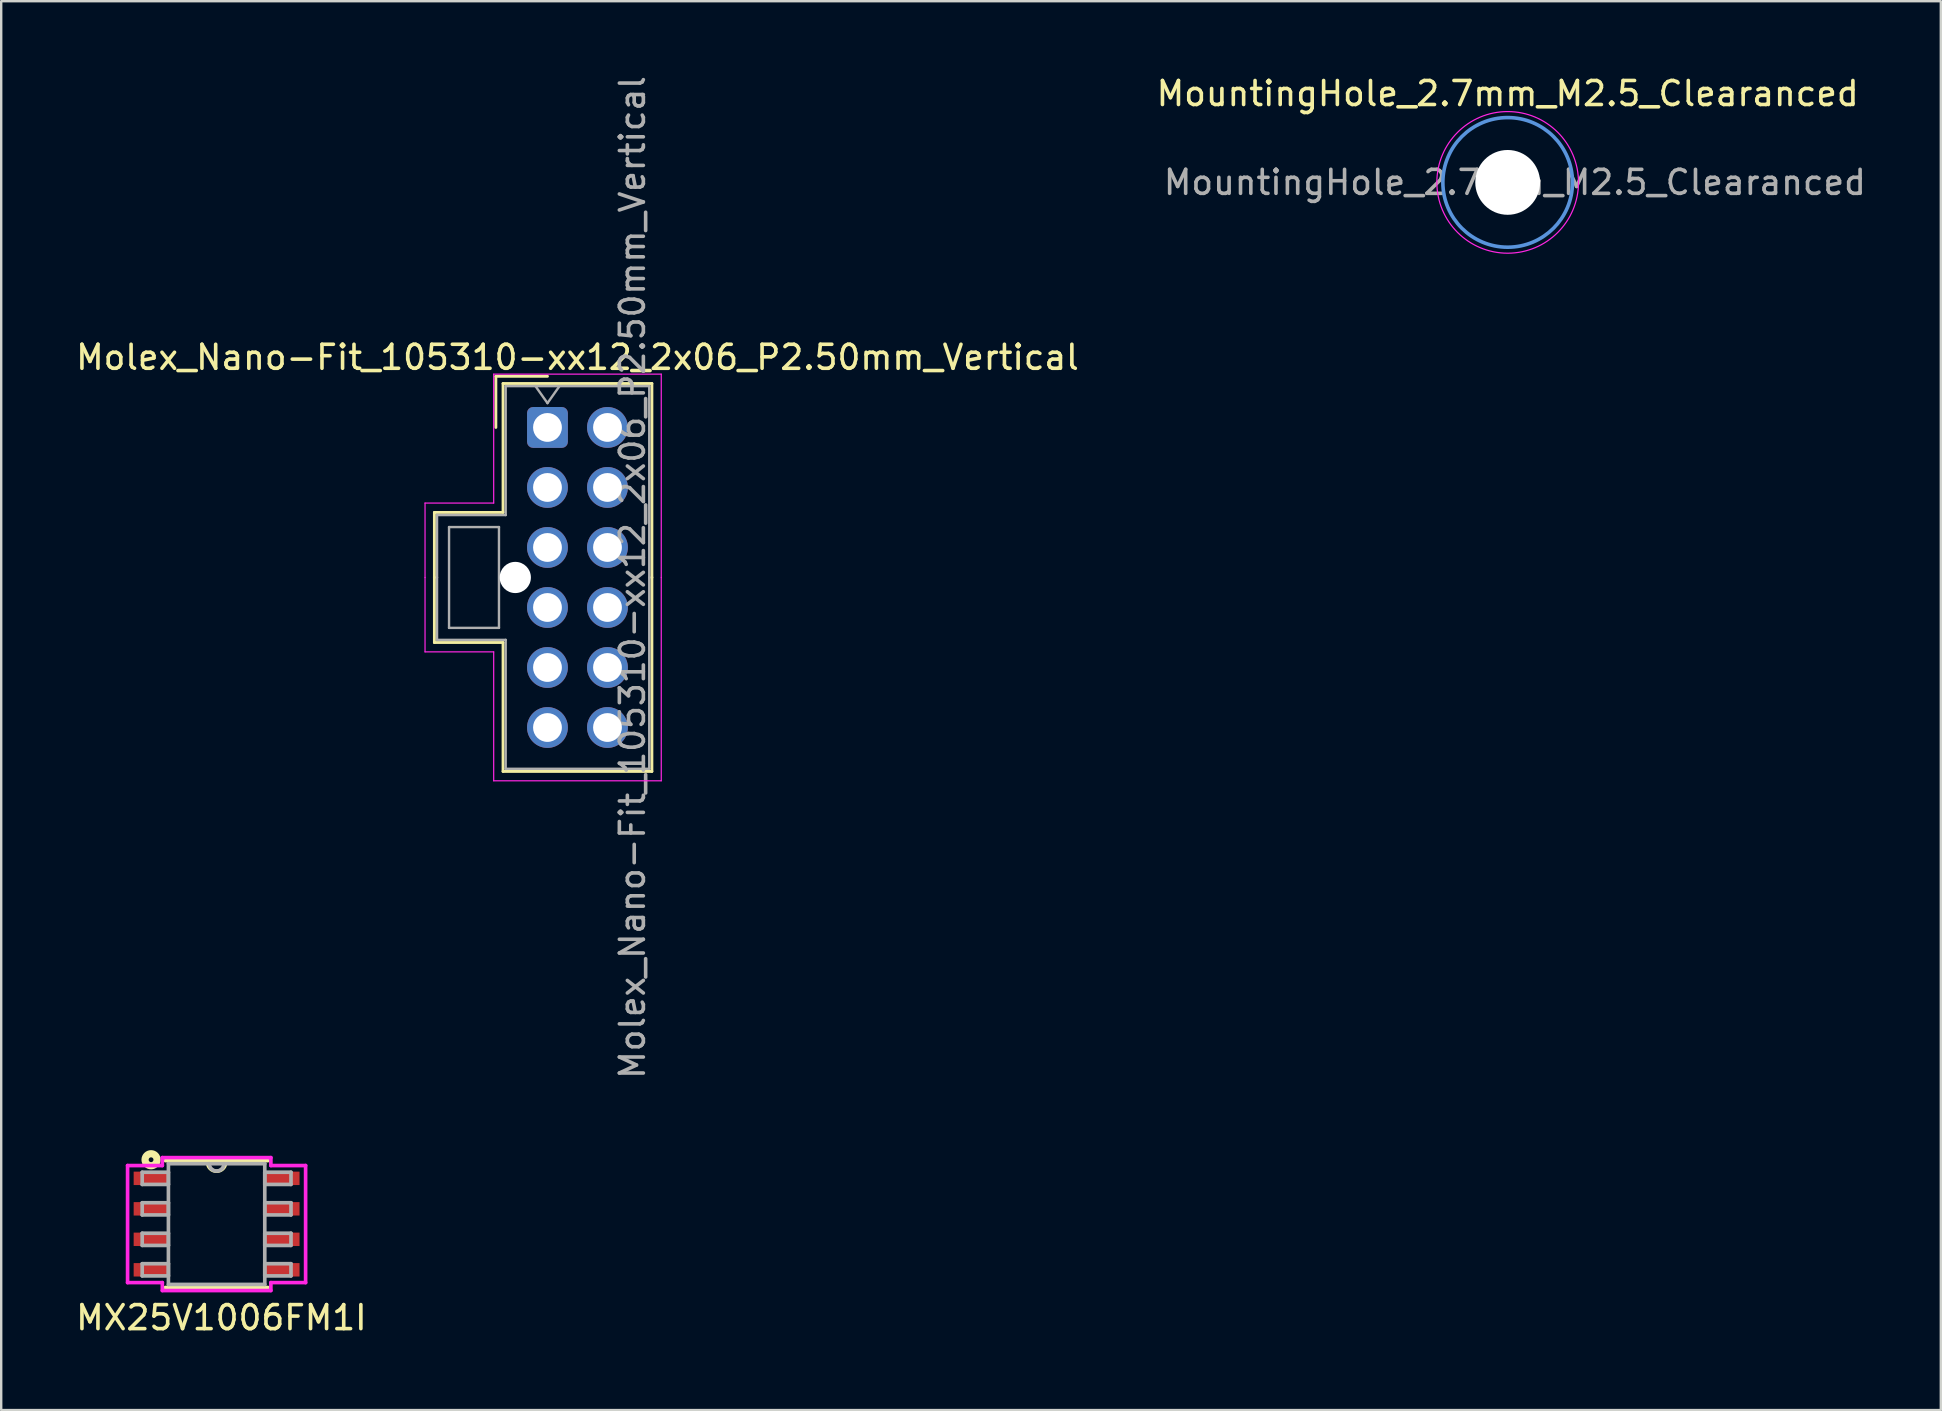
<source format=kicad_pcb>
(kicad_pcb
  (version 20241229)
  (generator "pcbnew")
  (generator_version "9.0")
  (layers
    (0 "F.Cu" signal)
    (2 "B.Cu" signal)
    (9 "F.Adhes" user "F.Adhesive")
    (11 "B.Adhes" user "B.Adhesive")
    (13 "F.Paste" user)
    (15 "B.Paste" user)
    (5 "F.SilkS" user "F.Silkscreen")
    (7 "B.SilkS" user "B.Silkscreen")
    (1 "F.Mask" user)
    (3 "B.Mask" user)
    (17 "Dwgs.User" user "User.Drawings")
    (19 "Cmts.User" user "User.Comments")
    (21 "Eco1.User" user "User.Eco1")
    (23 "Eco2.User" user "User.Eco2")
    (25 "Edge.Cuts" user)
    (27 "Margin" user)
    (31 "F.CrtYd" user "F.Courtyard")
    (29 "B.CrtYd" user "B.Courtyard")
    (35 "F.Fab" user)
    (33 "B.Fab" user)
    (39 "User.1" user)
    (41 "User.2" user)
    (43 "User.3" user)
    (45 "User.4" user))
  (footprint "MX25V1006FM1I"
    (layer "F.Cu")
    (at 5.973 47.942)
    (property "Reference" "MX25V1006FM1I" (at 0.2 3.9 0) (layer "F.SilkS") (effects (font (size 1 1) (thickness 0.15))))
    (attr through_hole)
    (fp_line (start -2.134 2.642) (end 2.134 2.642) (stroke (width 0.152) (type solid)) (layer "F.SilkS"))
    (fp_line (start 2.134 -2.642) (end -2.134 -2.642) (stroke (width 0.152) (type solid)) (layer "F.SilkS"))
    (fp_arc (start 0.380131 -2.580001) (mid -0.004999 -2.199902) (end -0.379999 -2.589999) (stroke (width 0.15) (type solid)) (layer "F.SilkS"))
    (fp_circle (center -2.73 -2.68) (end -2.63 -2.68) (stroke (width 0.3) (type solid)) (fill no) (layer "F.SilkS"))
    (fp_line (start -3.708 -2.438) (end -2.261 -2.438) (stroke (width 0.152) (type solid)) (layer "F.CrtYd"))
    (fp_line (start -3.708 2.438) (end -3.708 -2.438) (stroke (width 0.152) (type solid)) (layer "F.CrtYd"))
    (fp_line (start -2.261 -2.769) (end 2.261 -2.769) (stroke (width 0.152) (type solid)) (layer "F.CrtYd"))
    (fp_line (start -2.261 -2.438) (end -2.261 -2.769) (stroke (width 0.152) (type solid)) (layer "F.CrtYd"))
    (fp_line (start -2.261 2.438) (end -3.708 2.438) (stroke (width 0.152) (type solid)) (layer "F.CrtYd"))
    (fp_line (start -2.261 2.769) (end -2.261 2.438) (stroke (width 0.152) (type solid)) (layer "F.CrtYd"))
    (fp_line (start 2.261 -2.769) (end 2.261 -2.438) (stroke (width 0.152) (type solid)) (layer "F.CrtYd"))
    (fp_line (start 2.261 -2.438) (end 3.708 -2.438) (stroke (width 0.152) (type solid)) (layer "F.CrtYd"))
    (fp_line (start 2.261 2.438) (end 2.261 2.769) (stroke (width 0.152) (type solid)) (layer "F.CrtYd"))
    (fp_line (start 2.261 2.769) (end -2.261 2.769) (stroke (width 0.152) (type solid)) (layer "F.CrtYd"))
    (fp_line (start 3.708 -2.438) (end 3.708 2.438) (stroke (width 0.152) (type solid)) (layer "F.CrtYd"))
    (fp_line (start 3.708 2.438) (end 2.261 2.438) (stroke (width 0.152) (type solid)) (layer "F.CrtYd"))
    (fp_line (start -3.099 -2.159) (end -3.099 -1.651) (stroke (width 0.152) (type solid)) (layer "F.Fab"))
    (fp_line (start -3.099 -1.651) (end -2.007 -1.651) (stroke (width 0.152) (type solid)) (layer "F.Fab"))
    (fp_line (start -3.099 -0.889) (end -3.099 -0.381) (stroke (width 0.152) (type solid)) (layer "F.Fab"))
    (fp_line (start -3.099 -0.381) (end -2.007 -0.381) (stroke (width 0.152) (type solid)) (layer "F.Fab"))
    (fp_line (start -3.099 0.381) (end -3.099 0.889) (stroke (width 0.152) (type solid)) (layer "F.Fab"))
    (fp_line (start -3.099 0.889) (end -2.007 0.889) (stroke (width 0.152) (type solid)) (layer "F.Fab"))
    (fp_line (start -3.099 1.651) (end -3.099 2.159) (stroke (width 0.152) (type solid)) (layer "F.Fab"))
    (fp_line (start -3.099 2.159) (end -2.007 2.159) (stroke (width 0.152) (type solid)) (layer "F.Fab"))
    (fp_line (start -2.007 -2.515) (end -2.007 2.515) (stroke (width 0.152) (type solid)) (layer "F.Fab"))
    (fp_line (start -2.007 -2.159) (end -3.099 -2.159) (stroke (width 0.152) (type solid)) (layer "F.Fab"))
    (fp_line (start -2.007 -1.651) (end -2.007 -2.159) (stroke (width 0.152) (type solid)) (layer "F.Fab"))
    (fp_line (start -2.007 -0.889) (end -3.099 -0.889) (stroke (width 0.152) (type solid)) (layer "F.Fab"))
    (fp_line (start -2.007 -0.381) (end -2.007 -0.889) (stroke (width 0.152) (type solid)) (layer "F.Fab"))
    (fp_line (start -2.007 0.381) (end -3.099 0.381) (stroke (width 0.152) (type solid)) (layer "F.Fab"))
    (fp_line (start -2.007 0.889) (end -2.007 0.381) (stroke (width 0.152) (type solid)) (layer "F.Fab"))
    (fp_line (start -2.007 1.651) (end -3.099 1.651) (stroke (width 0.152) (type solid)) (layer "F.Fab"))
    (fp_line (start -2.007 2.159) (end -2.007 1.651) (stroke (width 0.152) (type solid)) (layer "F.Fab"))
    (fp_line (start -2.007 2.515) (end 2.007 2.515) (stroke (width 0.152) (type solid)) (layer "F.Fab"))
    (fp_line (start 2.007 -2.515) (end -2.007 -2.515) (stroke (width 0.152) (type solid)) (layer "F.Fab"))
    (fp_line (start 2.007 -2.159) (end 2.007 -1.651) (stroke (width 0.152) (type solid)) (layer "F.Fab"))
    (fp_line (start 2.007 -1.651) (end 3.099 -1.651) (stroke (width 0.152) (type solid)) (layer "F.Fab"))
    (fp_line (start 2.007 -0.889) (end 2.007 -0.381) (stroke (width 0.152) (type solid)) (layer "F.Fab"))
    (fp_line (start 2.007 -0.381) (end 3.099 -0.381) (stroke (width 0.152) (type solid)) (layer "F.Fab"))
    (fp_line (start 2.007 0.381) (end 2.007 0.889) (stroke (width 0.152) (type solid)) (layer "F.Fab"))
    (fp_line (start 2.007 0.889) (end 3.099 0.889) (stroke (width 0.152) (type solid)) (layer "F.Fab"))
    (fp_line (start 2.007 1.651) (end 2.007 2.159) (stroke (width 0.152) (type solid)) (layer "F.Fab"))
    (fp_line (start 2.007 2.159) (end 3.099 2.159) (stroke (width 0.152) (type solid)) (layer "F.Fab"))
    (fp_line (start 2.007 2.515) (end 2.007 -2.515) (stroke (width 0.152) (type solid)) (layer "F.Fab"))
    (fp_line (start 3.099 -2.159) (end 2.007 -2.159) (stroke (width 0.152) (type solid)) (layer "F.Fab"))
    (fp_line (start 3.099 -1.651) (end 3.099 -2.159) (stroke (width 0.152) (type solid)) (layer "F.Fab"))
    (fp_line (start 3.099 -0.889) (end 2.007 -0.889) (stroke (width 0.152) (type solid)) (layer "F.Fab"))
    (fp_line (start 3.099 -0.381) (end 3.099 -0.889) (stroke (width 0.152) (type solid)) (layer "F.Fab"))
    (fp_line (start 3.099 0.381) (end 2.007 0.381) (stroke (width 0.152) (type solid)) (layer "F.Fab"))
    (fp_line (start 3.099 0.889) (end 3.099 0.381) (stroke (width 0.152) (type solid)) (layer "F.Fab"))
    (fp_line (start 3.099 1.651) (end 2.007 1.651) (stroke (width 0.152) (type solid)) (layer "F.Fab"))
    (fp_line (start 3.099 2.159) (end 3.099 1.651) (stroke (width 0.152) (type solid)) (layer "F.Fab"))
    (fp_arc (start 0.3048 -2.5146) (mid 0 -2.2098) (end -0.3048 -2.5146) (stroke (width 0.1524) (type solid)) (layer "F.Fab"))
    (pad "1" smd rect (at -2.731 -1.905) (size 1.448 0.559) (layers "F.Cu" "F.Mask" "F.Paste"))
    (pad "2" smd rect (at -2.731 -0.635) (size 1.448 0.559) (layers "F.Cu" "F.Mask" "F.Paste"))
    (pad "3" smd rect (at -2.731 0.635) (size 1.448 0.559) (layers "F.Cu" "F.Mask" "F.Paste"))
    (pad "4" smd rect (at -2.731 1.905) (size 1.448 0.559) (layers "F.Cu" "F.Mask" "F.Paste"))
    (pad "5" smd rect (at 2.731 1.905) (size 1.448 0.559) (layers "F.Cu" "F.Mask" "F.Paste"))
    (pad "6" smd rect (at 2.731 0.635) (size 1.448 0.559) (layers "F.Cu" "F.Mask" "F.Paste"))
    (pad "7" smd rect (at 2.731 -0.635) (size 1.448 0.559) (layers "F.Cu" "F.Mask" "F.Paste"))
    (pad "8" smd rect (at 2.731 -1.905) (size 1.448 0.559) (layers "F.Cu" "F.Mask" "F.Paste")))
  (footprint "MountingHole_2.7mm_M2.5_Clearanced"
    (layer "F.Cu")
    (at 59.756 4.548)
    (property "Reference" "MountingHole_2.7mm_M2.5_Clearanced" (at 0 -3.7 0) (layer "F.SilkS") (effects (font (size 1 1) (thickness 0.15))))
    (attr exclude_from_pos_files exclude_from_bom)
    (fp_circle (center 0 0) (end 2.7 0) (stroke (width 0.15) (type solid)) (fill no) (layer "Cmts.User"))
    (fp_circle (center 0 0) (end 2.95 0) (stroke (width 0.05) (type solid)) (fill no) (layer "F.CrtYd"))
    (fp_text user "${REFERENCE}" (at 0.3 0 0) (layer "F.Fab") (effects (font (size 1 1) (thickness 0.15))))
    (pad "" np_thru_hole circle (at 0 0) (size 2.7 2.7) (drill 2.7) (layers "*.Cu" "*.Mask")))
  (footprint "Molex_Nano-Fit_105310-xx12_2x06_P2.50mm_Vertical"
    (layer "F.Cu")
    (at 19.756 14.756)
    (property "Reference" "Molex_Nano-Fit_105310-xx12_2x06_P2.50mm_Vertical" (at 1.25 -2.92 0) (layer "F.SilkS") (effects (font (size 1 1) (thickness 0.15))))
    (attr through_hole)
    (fp_line (start -4.71 3.54) (end -4.71 6.25) (stroke (width 0.12) (type solid)) (layer "F.SilkS"))
    (fp_line (start -4.71 8.96) (end -4.71 6.25) (stroke (width 0.12) (type solid)) (layer "F.SilkS"))
    (fp_line (start -2.15 -2.13) (end -2.15 0) (stroke (width 0.12) (type solid)) (layer "F.SilkS"))
    (fp_line (start -1.85 -1.83) (end -1.85 3.54) (stroke (width 0.12) (type solid)) (layer "F.SilkS"))
    (fp_line (start -1.85 3.54) (end -4.71 3.54) (stroke (width 0.12) (type solid)) (layer "F.SilkS"))
    (fp_line (start -1.85 8.96) (end -4.71 8.96) (stroke (width 0.12) (type solid)) (layer "F.SilkS"))
    (fp_line (start -1.85 14.33) (end -1.85 8.96) (stroke (width 0.12) (type solid)) (layer "F.SilkS"))
    (fp_line (start 0 -2.13) (end -2.15 -2.13) (stroke (width 0.12) (type solid)) (layer "F.SilkS"))
    (fp_line (start 4.35 -1.83) (end -1.85 -1.83) (stroke (width 0.12) (type solid)) (layer "F.SilkS"))
    (fp_line (start 4.35 6.25) (end 4.35 -1.83) (stroke (width 0.12) (type solid)) (layer "F.SilkS"))
    (fp_line (start 4.35 6.25) (end 4.35 14.33) (stroke (width 0.12) (type solid)) (layer "F.SilkS"))
    (fp_line (start 4.35 14.33) (end -1.85 14.33) (stroke (width 0.12) (type solid)) (layer "F.SilkS"))
    (fp_line (start -5.1 3.15) (end -5.1 6.25) (stroke (width 0.05) (type solid)) (layer "F.CrtYd"))
    (fp_line (start -5.1 9.35) (end -5.1 6.25) (stroke (width 0.05) (type solid)) (layer "F.CrtYd"))
    (fp_line (start -2.24 -2.22) (end -2.24 3.15) (stroke (width 0.05) (type solid)) (layer "F.CrtYd"))
    (fp_line (start -2.24 3.15) (end -5.1 3.15) (stroke (width 0.05) (type solid)) (layer "F.CrtYd"))
    (fp_line (start -2.24 9.35) (end -5.1 9.35) (stroke (width 0.05) (type solid)) (layer "F.CrtYd"))
    (fp_line (start -2.24 14.72) (end -2.24 9.35) (stroke (width 0.05) (type solid)) (layer "F.CrtYd"))
    (fp_line (start 4.74 -2.22) (end -2.24 -2.22) (stroke (width 0.05) (type solid)) (layer "F.CrtYd"))
    (fp_line (start 4.74 6.25) (end 4.74 -2.22) (stroke (width 0.05) (type solid)) (layer "F.CrtYd"))
    (fp_line (start 4.74 6.25) (end 4.74 14.72) (stroke (width 0.05) (type solid)) (layer "F.CrtYd"))
    (fp_line (start 4.74 14.72) (end -2.24 14.72) (stroke (width 0.05) (type solid)) (layer "F.CrtYd"))
    (fp_line (start -4.6 3.65) (end -4.6 6.25) (stroke (width 0.1) (type solid)) (layer "F.Fab"))
    (fp_line (start -4.6 8.85) (end -4.6 6.25) (stroke (width 0.1) (type solid)) (layer "F.Fab"))
    (fp_line (start -4.1 4.15) (end -4.1 8.35) (stroke (width 0.1) (type solid)) (layer "F.Fab"))
    (fp_line (start -4.1 8.35) (end -2.02 8.35) (stroke (width 0.1) (type solid)) (layer "F.Fab"))
    (fp_line (start -2.02 4.15) (end -4.1 4.15) (stroke (width 0.1) (type solid)) (layer "F.Fab"))
    (fp_line (start -2.02 8.35) (end -2.02 4.15) (stroke (width 0.1) (type solid)) (layer "F.Fab"))
    (fp_line (start -1.74 -1.72) (end -1.74 3.65) (stroke (width 0.1) (type solid)) (layer "F.Fab"))
    (fp_line (start -1.74 3.65) (end -4.6 3.65) (stroke (width 0.1) (type solid)) (layer "F.Fab"))
    (fp_line (start -1.74 8.85) (end -4.6 8.85) (stroke (width 0.1) (type solid)) (layer "F.Fab"))
    (fp_line (start -1.74 14.22) (end -1.74 8.85) (stroke (width 0.1) (type solid)) (layer "F.Fab"))
    (fp_line (start -0.5 -1.72) (end 0 -1.013) (stroke (width 0.1) (type solid)) (layer "F.Fab"))
    (fp_line (start 0 -1.013) (end 0.5 -1.72) (stroke (width 0.1) (type solid)) (layer "F.Fab"))
    (fp_line (start 4.24 -1.72) (end -1.74 -1.72) (stroke (width 0.1) (type solid)) (layer "F.Fab"))
    (fp_line (start 4.24 6.25) (end 4.24 -1.72) (stroke (width 0.1) (type solid)) (layer "F.Fab"))
    (fp_line (start 4.24 6.25) (end 4.24 14.22) (stroke (width 0.1) (type solid)) (layer "F.Fab"))
    (fp_line (start 4.24 14.22) (end -1.74 14.22) (stroke (width 0.1) (type solid)) (layer "F.Fab"))
    (fp_text user "${REFERENCE}" (at 3.54 6.25 90) (layer "F.Fab") (effects (font (size 1 1) (thickness 0.15))))
    (pad "" np_thru_hole circle (at -1.34 6.25) (size 1.3 1.3) (drill 1.3) (layers "*.Cu" "*.Mask"))
    (pad "1" thru_hole roundrect (at 0 0) (size 1.7 1.7) (drill 1.2) (layers "*.Cu" "*.Mask") (roundrect_rratio 0.147))
    (pad "2" thru_hole circle (at 0 2.5) (size 1.7 1.7) (drill 1.2) (layers "*.Cu" "*.Mask"))
    (pad "3" thru_hole circle (at 0 5) (size 1.7 1.7) (drill 1.2) (layers "*.Cu" "*.Mask"))
    (pad "4" thru_hole circle (at 0 7.5) (size 1.7 1.7) (drill 1.2) (layers "*.Cu" "*.Mask"))
    (pad "5" thru_hole circle (at 0 10) (size 1.7 1.7) (drill 1.2) (layers "*.Cu" "*.Mask"))
    (pad "6" thru_hole circle (at 0 12.5) (size 1.7 1.7) (drill 1.2) (layers "*.Cu" "*.Mask"))
    (pad "7" thru_hole circle (at 2.5 0) (size 1.7 1.7) (drill 1.2) (layers "*.Cu" "*.Mask"))
    (pad "8" thru_hole circle (at 2.5 2.5) (size 1.7 1.7) (drill 1.2) (layers "*.Cu" "*.Mask"))
    (pad "9" thru_hole circle (at 2.5 5) (size 1.7 1.7) (drill 1.2) (layers "*.Cu" "*.Mask"))
    (pad "10" thru_hole circle (at 2.5 7.5) (size 1.7 1.7) (drill 1.2) (layers "*.Cu" "*.Mask"))
    (pad "11" thru_hole circle (at 2.5 10) (size 1.7 1.7) (drill 1.2) (layers "*.Cu" "*.Mask"))
    (pad "12" thru_hole circle (at 2.5 12.5) (size 1.7 1.7) (drill 1.2) (layers "*.Cu" "*.Mask")))
  (gr_rect
    (start -3 -3)
    (end 77.8 55.69)
    (stroke (width 0.1) (type default))
    (fill no)
    (layer "Edge.Cuts")))
</source>
